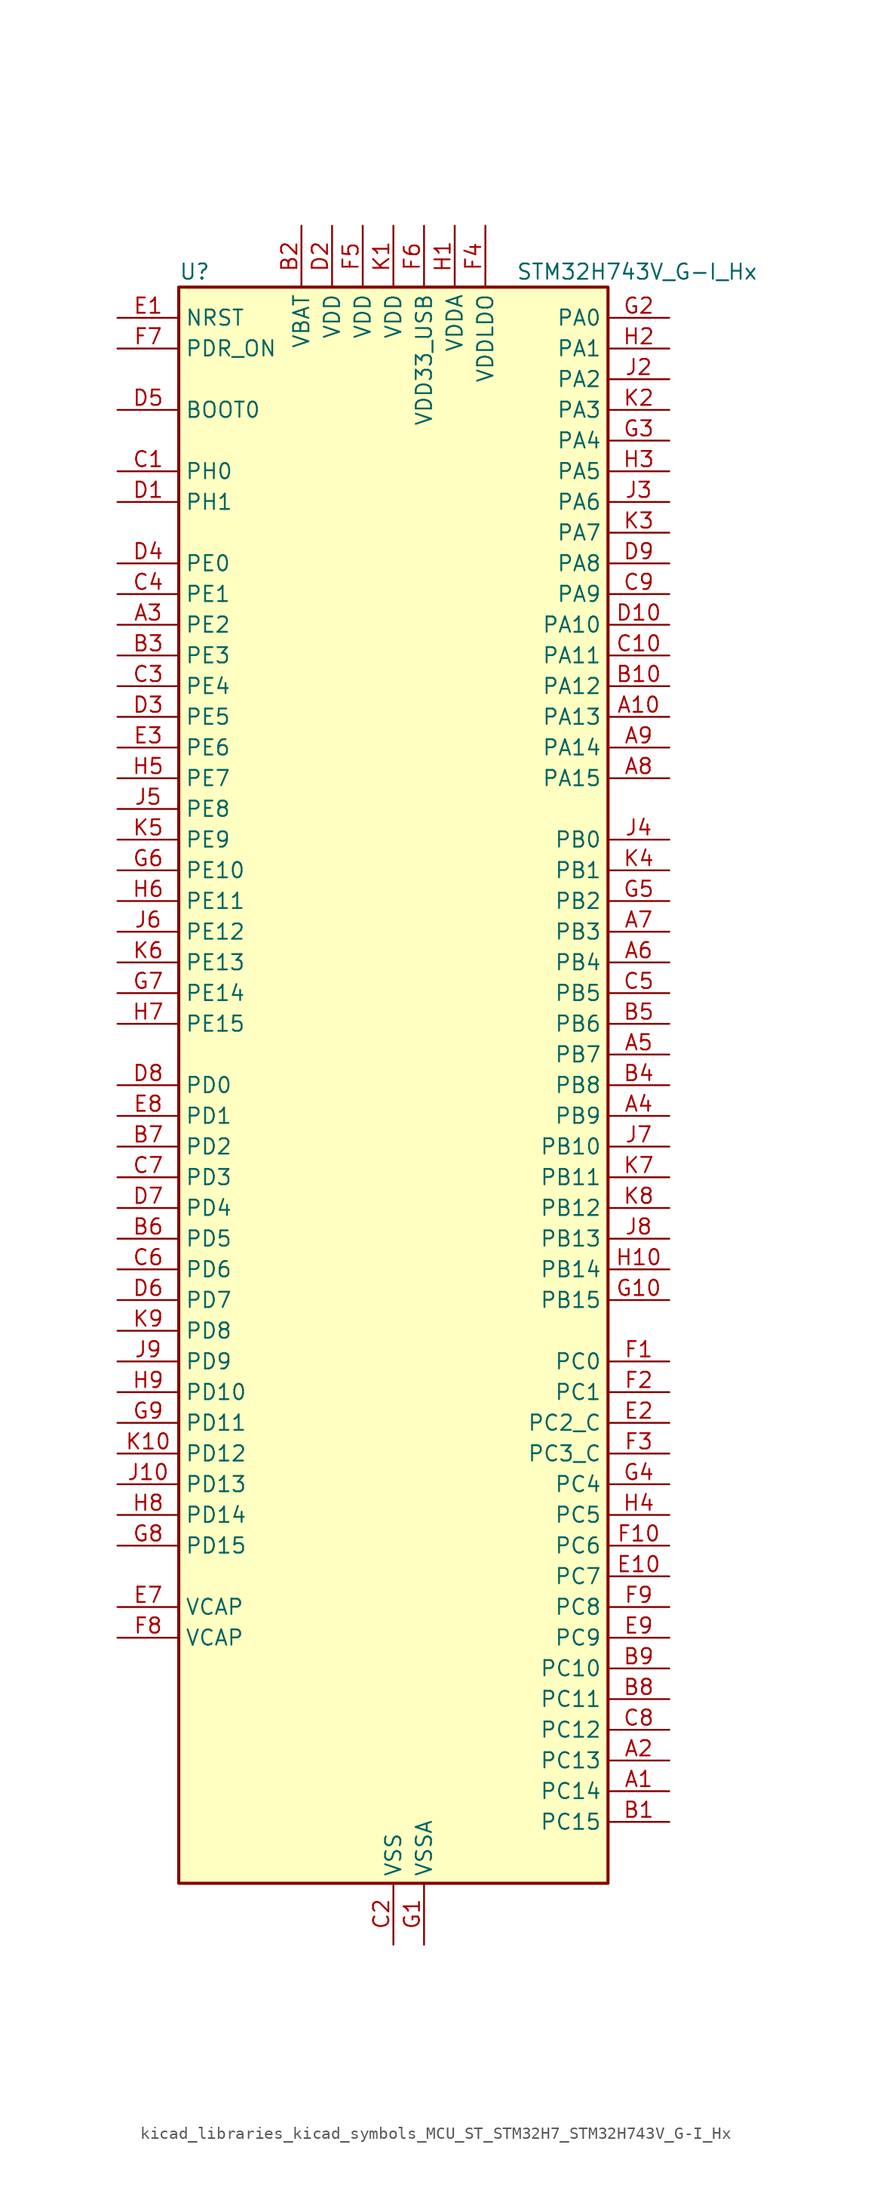
<source format=kicad_sym>
(kicad_symbol_lib
  (version 20220914)
  (generator kicad_symbol_editor)
  (symbol "kicad_libraries_kicad_symbols_MCU_ST_STM32H7_STM32H743V_G-I_Hx"
    (property "Reference" "U"
      (at -17.78 67.31 0)
      (effects (font (size 1.27 1.27)) (justify left)))
    (property "Value" "STM32H743V_G-I_Hx"
      (at 10.16 67.31 0)
      (effects (font (size 1.27 1.27)) (justify left)))
    (property "ki_locked" ""
      (at 0 0 0)
      (effects (font (size 1.27 1.27))))
    (symbol "kicad_libraries_kicad_symbols_MCU_ST_STM32H7_STM32H743V_G-I_Hx_0_1"
      (rectangle (start -17.78 -66.04) (end 17.78 66.04) (stroke (width 0.254) (type default)) (fill (type background))))
    (symbol "kicad_libraries_kicad_symbols_MCU_ST_STM32H7_STM32H743V_G-I_Hx_1_1"
      (pin bidirectional line (at 22.86 -58.42 180) (length 5.08) (name "PC14" (effects (font (size 1.27 1.27)))) (number "A1" (effects (font (size 1.27 1.27)))) (alternate "RCC_OSC32_IN" bidirectional line))
      (pin bidirectional line (at 22.86 30.48 180) (length 5.08) (name "PA13" (effects (font (size 1.27 1.27)))) (number "A10" (effects (font (size 1.27 1.27)))) (alternate "DEBUG_JTMS-SWDIO" bidirectional line))
      (pin bidirectional line (at 22.86 -55.88 180) (length 5.08) (name "PC13" (effects (font (size 1.27 1.27)))) (number "A2" (effects (font (size 1.27 1.27)))) (alternate "PWR_WKUP2" bidirectional line) (alternate "RTC_OUT_ALARM" bidirectional line) (alternate "RTC_OUT_CALIB" bidirectional line) (alternate "RTC_TAMP1" bidirectional line) (alternate "RTC_TS" bidirectional line))
      (pin bidirectional line (at -22.86 38.1 0) (length 5.08) (name "PE2" (effects (font (size 1.27 1.27)))) (number "A3" (effects (font (size 1.27 1.27)))) (alternate "DEBUG_TRACECLK" bidirectional line) (alternate "ETH_TXD3" bidirectional line) (alternate "FMC_A23" bidirectional line) (alternate "QUADSPI_BK1_IO2" bidirectional line) (alternate "SAI1_CK1" bidirectional line) (alternate "SAI1_MCLK_A" bidirectional line) (alternate "SAI4_CK1" bidirectional line) (alternate "SAI4_MCLK_A" bidirectional line) (alternate "SPI4_SCK" bidirectional line))
      (pin bidirectional line (at 22.86 -2.54 180) (length 5.08) (name "PB9" (effects (font (size 1.27 1.27)))) (number "A4" (effects (font (size 1.27 1.27)))) (alternate "DAC1_EXTI9" bidirectional line) (alternate "DCMI_D7" bidirectional line) (alternate "DFSDM1_DATIN7" bidirectional line) (alternate "FDCAN1_TX" bidirectional line) (alternate "I2C1_SDA" bidirectional line) (alternate "I2C4_SDA" bidirectional line) (alternate "I2C4_SMBA" bidirectional line) (alternate "I2S2_WS" bidirectional line) (alternate "LTDC_B7" bidirectional line) (alternate "SDMMC1_CDIR" bidirectional line) (alternate "SDMMC1_D5" bidirectional line) (alternate "SDMMC2_D5" bidirectional line) (alternate "SPI2_NSS" bidirectional line) (alternate "TIM17_CH1" bidirectional line) (alternate "TIM4_CH4" bidirectional line) (alternate "UART4_TX" bidirectional line))
      (pin bidirectional line (at 22.86 2.54 180) (length 5.08) (name "PB7" (effects (font (size 1.27 1.27)))) (number "A5" (effects (font (size 1.27 1.27)))) (alternate "DCMI_VSYNC" bidirectional line) (alternate "DFSDM1_CKIN5" bidirectional line) (alternate "FMC_NL" bidirectional line) (alternate "HRTIM_EEV9" bidirectional line) (alternate "I2C1_SDA" bidirectional line) (alternate "I2C4_SDA" bidirectional line) (alternate "LPUART1_RX" bidirectional line) (alternate "PWR_PVD_IN" bidirectional line) (alternate "TIM17_CH1N" bidirectional line) (alternate "TIM4_CH2" bidirectional line) (alternate "USART1_RX" bidirectional line))
      (pin bidirectional line (at 22.86 10.16 180) (length 5.08) (name "PB4" (effects (font (size 1.27 1.27)))) (number "A6" (effects (font (size 1.27 1.27)))) (alternate "DEBUG_JTRST" bidirectional line) (alternate "HRTIM_EEV6" bidirectional line) (alternate "I2S1_SDI" bidirectional line) (alternate "I2S2_WS" bidirectional line) (alternate "I2S3_SDI" bidirectional line) (alternate "SDMMC2_D3" bidirectional line) (alternate "SPI1_MISO" bidirectional line) (alternate "SPI2_NSS" bidirectional line) (alternate "SPI3_MISO" bidirectional line) (alternate "SPI6_MISO" bidirectional line) (alternate "TIM16_BKIN" bidirectional line) (alternate "TIM3_CH1" bidirectional line) (alternate "UART7_TX" bidirectional line))
      (pin bidirectional line (at 22.86 12.7 180) (length 5.08) (name "PB3" (effects (font (size 1.27 1.27)))) (number "A7" (effects (font (size 1.27 1.27)))) (alternate "CRS_SYNC" bidirectional line) (alternate "DEBUG_JTDO-SWO" bidirectional line) (alternate "HRTIM_FLT4" bidirectional line) (alternate "I2S1_CK" bidirectional line) (alternate "I2S3_CK" bidirectional line) (alternate "SDMMC2_D2" bidirectional line) (alternate "SPI1_SCK" bidirectional line) (alternate "SPI3_SCK" bidirectional line) (alternate "SPI6_SCK" bidirectional line) (alternate "TIM2_CH2" bidirectional line) (alternate "UART7_RX" bidirectional line))
      (pin bidirectional line (at 22.86 25.4 180) (length 5.08) (name "PA15" (effects (font (size 1.27 1.27)))) (number "A8" (effects (font (size 1.27 1.27)))) (alternate "ADC1_EXTI15" bidirectional line) (alternate "ADC2_EXTI15" bidirectional line) (alternate "ADC3_EXTI15" bidirectional line) (alternate "CEC" bidirectional line) (alternate "DEBUG_JTDI" bidirectional line) (alternate "HRTIM_FLT1" bidirectional line) (alternate "I2S1_WS" bidirectional line) (alternate "I2S3_WS" bidirectional line) (alternate "SPI1_NSS" bidirectional line) (alternate "SPI3_NSS" bidirectional line) (alternate "SPI6_NSS" bidirectional line) (alternate "TIM2_CH1" bidirectional line) (alternate "TIM2_ETR" bidirectional line) (alternate "UART4_DE" bidirectional line) (alternate "UART4_RTS" bidirectional line) (alternate "UART7_TX" bidirectional line))
      (pin bidirectional line (at 22.86 27.94 180) (length 5.08) (name "PA14" (effects (font (size 1.27 1.27)))) (number "A9" (effects (font (size 1.27 1.27)))) (alternate "DEBUG_JTCK-SWCLK" bidirectional line))
      (pin bidirectional line (at 22.86 -60.96 180) (length 5.08) (name "PC15" (effects (font (size 1.27 1.27)))) (number "B1" (effects (font (size 1.27 1.27)))) (alternate "ADC1_EXTI15" bidirectional line) (alternate "ADC2_EXTI15" bidirectional line) (alternate "ADC3_EXTI15" bidirectional line) (alternate "RCC_OSC32_OUT" bidirectional line))
      (pin bidirectional line (at 22.86 33.02 180) (length 5.08) (name "PA12" (effects (font (size 1.27 1.27)))) (number "B10" (effects (font (size 1.27 1.27)))) (alternate "FDCAN1_TX" bidirectional line) (alternate "HRTIM_CHD2" bidirectional line) (alternate "I2S2_CK" bidirectional line) (alternate "LPUART1_DE" bidirectional line) (alternate "LPUART1_RTS" bidirectional line) (alternate "LTDC_R5" bidirectional line) (alternate "SAI2_FS_B" bidirectional line) (alternate "SPI2_SCK" bidirectional line) (alternate "TIM1_ETR" bidirectional line) (alternate "UART4_TX" bidirectional line) (alternate "USART1_DE" bidirectional line) (alternate "USART1_RTS" bidirectional line) (alternate "USB_OTG_FS_DP" bidirectional line))
      (pin power_in line (at -7.62 71.12 270) (length 5.08) (name "VBAT" (effects (font (size 1.27 1.27)))) (number "B2" (effects (font (size 1.27 1.27)))))
      (pin bidirectional line (at -22.86 35.56 0) (length 5.08) (name "PE3" (effects (font (size 1.27 1.27)))) (number "B3" (effects (font (size 1.27 1.27)))) (alternate "DEBUG_TRACED0" bidirectional line) (alternate "FMC_A19" bidirectional line) (alternate "SAI1_SD_B" bidirectional line) (alternate "SAI4_SD_B" bidirectional line) (alternate "TIM15_BKIN" bidirectional line))
      (pin bidirectional line (at 22.86 0 180) (length 5.08) (name "PB8" (effects (font (size 1.27 1.27)))) (number "B4" (effects (font (size 1.27 1.27)))) (alternate "DCMI_D6" bidirectional line) (alternate "DFSDM1_CKIN7" bidirectional line) (alternate "ETH_TXD3" bidirectional line) (alternate "FDCAN1_RX" bidirectional line) (alternate "I2C1_SCL" bidirectional line) (alternate "I2C4_SCL" bidirectional line) (alternate "LTDC_B6" bidirectional line) (alternate "SDMMC1_CKIN" bidirectional line) (alternate "SDMMC1_D4" bidirectional line) (alternate "SDMMC2_D4" bidirectional line) (alternate "TIM16_CH1" bidirectional line) (alternate "TIM4_CH3" bidirectional line) (alternate "UART4_RX" bidirectional line))
      (pin bidirectional line (at 22.86 5.08 180) (length 5.08) (name "PB6" (effects (font (size 1.27 1.27)))) (number "B5" (effects (font (size 1.27 1.27)))) (alternate "CEC" bidirectional line) (alternate "DCMI_D5" bidirectional line) (alternate "DFSDM1_DATIN5" bidirectional line) (alternate "FDCAN2_TX" bidirectional line) (alternate "FMC_SDNE1" bidirectional line) (alternate "HRTIM_EEV8" bidirectional line) (alternate "I2C1_SCL" bidirectional line) (alternate "I2C4_SCL" bidirectional line) (alternate "LPUART1_TX" bidirectional line) (alternate "QUADSPI_BK1_NCS" bidirectional line) (alternate "TIM16_CH1N" bidirectional line) (alternate "TIM4_CH1" bidirectional line) (alternate "UART5_TX" bidirectional line) (alternate "USART1_TX" bidirectional line))
      (pin bidirectional line (at -22.86 -12.7 0) (length 5.08) (name "PD5" (effects (font (size 1.27 1.27)))) (number "B6" (effects (font (size 1.27 1.27)))) (alternate "FMC_NWE" bidirectional line) (alternate "HRTIM_EEV3" bidirectional line) (alternate "USART2_TX" bidirectional line))
      (pin bidirectional line (at -22.86 -5.08 0) (length 5.08) (name "PD2" (effects (font (size 1.27 1.27)))) (number "B7" (effects (font (size 1.27 1.27)))) (alternate "DCMI_D11" bidirectional line) (alternate "DEBUG_TRACED2" bidirectional line) (alternate "SDMMC1_CMD" bidirectional line) (alternate "TIM3_ETR" bidirectional line) (alternate "UART5_RX" bidirectional line))
      (pin bidirectional line (at 22.86 -50.8 180) (length 5.08) (name "PC11" (effects (font (size 1.27 1.27)))) (number "B8" (effects (font (size 1.27 1.27)))) (alternate "ADC1_EXTI11" bidirectional line) (alternate "ADC2_EXTI11" bidirectional line) (alternate "ADC3_EXTI11" bidirectional line) (alternate "DCMI_D4" bidirectional line) (alternate "DFSDM1_DATIN5" bidirectional line) (alternate "HRTIM_FLT2" bidirectional line) (alternate "I2S3_SDI" bidirectional line) (alternate "QUADSPI_BK2_NCS" bidirectional line) (alternate "SDMMC1_D3" bidirectional line) (alternate "SPI3_MISO" bidirectional line) (alternate "UART4_RX" bidirectional line) (alternate "USART3_RX" bidirectional line))
      (pin bidirectional line (at 22.86 -48.26 180) (length 5.08) (name "PC10" (effects (font (size 1.27 1.27)))) (number "B9" (effects (font (size 1.27 1.27)))) (alternate "DCMI_D8" bidirectional line) (alternate "DFSDM1_CKIN5" bidirectional line) (alternate "HRTIM_EEV1" bidirectional line) (alternate "I2S3_CK" bidirectional line) (alternate "LTDC_R2" bidirectional line) (alternate "QUADSPI_BK1_IO1" bidirectional line) (alternate "SDMMC1_D2" bidirectional line) (alternate "SPI3_SCK" bidirectional line) (alternate "UART4_TX" bidirectional line) (alternate "USART3_TX" bidirectional line))
      (pin bidirectional line (at -22.86 50.8 0) (length 5.08) (name "PH0" (effects (font (size 1.27 1.27)))) (number "C1" (effects (font (size 1.27 1.27)))) (alternate "RCC_OSC_IN" bidirectional line))
      (pin bidirectional line (at 22.86 35.56 180) (length 5.08) (name "PA11" (effects (font (size 1.27 1.27)))) (number "C10" (effects (font (size 1.27 1.27)))) (alternate "ADC1_EXTI11" bidirectional line) (alternate "ADC2_EXTI11" bidirectional line) (alternate "ADC3_EXTI11" bidirectional line) (alternate "FDCAN1_RX" bidirectional line) (alternate "HRTIM_CHD1" bidirectional line) (alternate "I2S2_WS" bidirectional line) (alternate "LPUART1_CTS" bidirectional line) (alternate "LTDC_R4" bidirectional line) (alternate "SPI2_NSS" bidirectional line) (alternate "TIM1_CH4" bidirectional line) (alternate "UART4_RX" bidirectional line) (alternate "USART1_CTS" bidirectional line) (alternate "USART1_NSS" bidirectional line) (alternate "USB_OTG_FS_DM" bidirectional line))
      (pin power_in line (at 0 -71.12 90) (length 5.08) (name "VSS" (effects (font (size 1.27 1.27)))) (number "C2" (effects (font (size 1.27 1.27)))))
      (pin bidirectional line (at -22.86 33.02 0) (length 5.08) (name "PE4" (effects (font (size 1.27 1.27)))) (number "C3" (effects (font (size 1.27 1.27)))) (alternate "DCMI_D4" bidirectional line) (alternate "DEBUG_TRACED1" bidirectional line) (alternate "DFSDM1_DATIN3" bidirectional line) (alternate "FMC_A20" bidirectional line) (alternate "LTDC_B0" bidirectional line) (alternate "SAI1_D2" bidirectional line) (alternate "SAI1_FS_A" bidirectional line) (alternate "SAI4_D2" bidirectional line) (alternate "SAI4_FS_A" bidirectional line) (alternate "SPI4_NSS" bidirectional line) (alternate "TIM15_CH1N" bidirectional line))
      (pin bidirectional line (at -22.86 40.64 0) (length 5.08) (name "PE1" (effects (font (size 1.27 1.27)))) (number "C4" (effects (font (size 1.27 1.27)))) (alternate "DCMI_D3" bidirectional line) (alternate "FMC_NBL1" bidirectional line) (alternate "HRTIM_SCOUT" bidirectional line) (alternate "LPTIM1_IN2" bidirectional line) (alternate "UART8_TX" bidirectional line))
      (pin bidirectional line (at 22.86 7.62 180) (length 5.08) (name "PB5" (effects (font (size 1.27 1.27)))) (number "C5" (effects (font (size 1.27 1.27)))) (alternate "DCMI_D10" bidirectional line) (alternate "ETH_PPS_OUT" bidirectional line) (alternate "FDCAN2_RX" bidirectional line) (alternate "FMC_SDCKE1" bidirectional line) (alternate "HRTIM_EEV7" bidirectional line) (alternate "I2C1_SMBA" bidirectional line) (alternate "I2C4_SMBA" bidirectional line) (alternate "I2S1_SDO" bidirectional line) (alternate "I2S3_SDO" bidirectional line) (alternate "SPI1_MOSI" bidirectional line) (alternate "SPI3_MOSI" bidirectional line) (alternate "SPI6_MOSI" bidirectional line) (alternate "TIM17_BKIN" bidirectional line) (alternate "TIM3_CH2" bidirectional line) (alternate "UART5_RX" bidirectional line) (alternate "USB_OTG_HS_ULPI_D7" bidirectional line))
      (pin bidirectional line (at -22.86 -15.24 0) (length 5.08) (name "PD6" (effects (font (size 1.27 1.27)))) (number "C6" (effects (font (size 1.27 1.27)))) (alternate "DCMI_D10" bidirectional line) (alternate "DFSDM1_CKIN4" bidirectional line) (alternate "DFSDM1_DATIN1" bidirectional line) (alternate "FMC_NWAIT" bidirectional line) (alternate "I2S3_SDO" bidirectional line) (alternate "LTDC_B2" bidirectional line) (alternate "SAI1_D1" bidirectional line) (alternate "SAI1_SD_A" bidirectional line) (alternate "SAI4_D1" bidirectional line) (alternate "SAI4_SD_A" bidirectional line) (alternate "SDMMC2_CK" bidirectional line) (alternate "SPI3_MOSI" bidirectional line) (alternate "USART2_RX" bidirectional line))
      (pin bidirectional line (at -22.86 -7.62 0) (length 5.08) (name "PD3" (effects (font (size 1.27 1.27)))) (number "C7" (effects (font (size 1.27 1.27)))) (alternate "DCMI_D5" bidirectional line) (alternate "DFSDM1_CKOUT" bidirectional line) (alternate "FMC_CLK" bidirectional line) (alternate "I2S2_CK" bidirectional line) (alternate "LTDC_G7" bidirectional line) (alternate "SPI2_SCK" bidirectional line) (alternate "USART2_CTS" bidirectional line) (alternate "USART2_NSS" bidirectional line))
      (pin bidirectional line (at 22.86 -53.34 180) (length 5.08) (name "PC12" (effects (font (size 1.27 1.27)))) (number "C8" (effects (font (size 1.27 1.27)))) (alternate "DCMI_D9" bidirectional line) (alternate "DEBUG_TRACED3" bidirectional line) (alternate "HRTIM_EEV2" bidirectional line) (alternate "I2S3_SDO" bidirectional line) (alternate "SDMMC1_CK" bidirectional line) (alternate "SPI3_MOSI" bidirectional line) (alternate "UART5_TX" bidirectional line) (alternate "USART3_CK" bidirectional line))
      (pin bidirectional line (at 22.86 40.64 180) (length 5.08) (name "PA9" (effects (font (size 1.27 1.27)))) (number "C9" (effects (font (size 1.27 1.27)))) (alternate "DAC1_EXTI9" bidirectional line) (alternate "DCMI_D0" bidirectional line) (alternate "HRTIM_CHC1" bidirectional line) (alternate "I2C3_SMBA" bidirectional line) (alternate "I2S2_CK" bidirectional line) (alternate "LPUART1_TX" bidirectional line) (alternate "LTDC_R5" bidirectional line) (alternate "SPI2_SCK" bidirectional line) (alternate "TIM1_CH2" bidirectional line) (alternate "USART1_TX" bidirectional line) (alternate "USB_OTG_FS_VBUS" bidirectional line))
      (pin bidirectional line (at -22.86 48.26 0) (length 5.08) (name "PH1" (effects (font (size 1.27 1.27)))) (number "D1" (effects (font (size 1.27 1.27)))) (alternate "RCC_OSC_OUT" bidirectional line))
      (pin bidirectional line (at 22.86 38.1 180) (length 5.08) (name "PA10" (effects (font (size 1.27 1.27)))) (number "D10" (effects (font (size 1.27 1.27)))) (alternate "DCMI_D1" bidirectional line) (alternate "HRTIM_CHC2" bidirectional line) (alternate "LPUART1_RX" bidirectional line) (alternate "LTDC_B1" bidirectional line) (alternate "LTDC_B4" bidirectional line) (alternate "MDIOS_MDIO" bidirectional line) (alternate "TIM1_CH3" bidirectional line) (alternate "USART1_RX" bidirectional line) (alternate "USB_OTG_FS_ID" bidirectional line))
      (pin power_in line (at -5.08 71.12 270) (length 5.08) (name "VDD" (effects (font (size 1.27 1.27)))) (number "D2" (effects (font (size 1.27 1.27)))))
      (pin bidirectional line (at -22.86 30.48 0) (length 5.08) (name "PE5" (effects (font (size 1.27 1.27)))) (number "D3" (effects (font (size 1.27 1.27)))) (alternate "DCMI_D6" bidirectional line) (alternate "DEBUG_TRACED2" bidirectional line) (alternate "DFSDM1_CKIN3" bidirectional line) (alternate "FMC_A21" bidirectional line) (alternate "LTDC_G0" bidirectional line) (alternate "SAI1_CK2" bidirectional line) (alternate "SAI1_SCK_A" bidirectional line) (alternate "SAI4_CK2" bidirectional line) (alternate "SAI4_SCK_A" bidirectional line) (alternate "SPI4_MISO" bidirectional line) (alternate "TIM15_CH1" bidirectional line))
      (pin bidirectional line (at -22.86 43.18 0) (length 5.08) (name "PE0" (effects (font (size 1.27 1.27)))) (number "D4" (effects (font (size 1.27 1.27)))) (alternate "DCMI_D2" bidirectional line) (alternate "FMC_NBL0" bidirectional line) (alternate "HRTIM_SCIN" bidirectional line) (alternate "LPTIM1_ETR" bidirectional line) (alternate "LPTIM2_ETR" bidirectional line) (alternate "SAI2_MCLK_A" bidirectional line) (alternate "TIM4_ETR" bidirectional line) (alternate "UART8_RX" bidirectional line))
      (pin input line (at -22.86 55.88 0) (length 5.08) (name "BOOT0" (effects (font (size 1.27 1.27)))) (number "D5" (effects (font (size 1.27 1.27)))))
      (pin bidirectional line (at -22.86 -17.78 0) (length 5.08) (name "PD7" (effects (font (size 1.27 1.27)))) (number "D6" (effects (font (size 1.27 1.27)))) (alternate "DFSDM1_CKIN1" bidirectional line) (alternate "DFSDM1_DATIN4" bidirectional line) (alternate "FMC_NE1" bidirectional line) (alternate "I2S1_SDO" bidirectional line) (alternate "SDMMC2_CMD" bidirectional line) (alternate "SPDIFRX1_IN0" bidirectional line) (alternate "SPI1_MOSI" bidirectional line) (alternate "USART2_CK" bidirectional line))
      (pin bidirectional line (at -22.86 -10.16 0) (length 5.08) (name "PD4" (effects (font (size 1.27 1.27)))) (number "D7" (effects (font (size 1.27 1.27)))) (alternate "FMC_NOE" bidirectional line) (alternate "HRTIM_FLT3" bidirectional line) (alternate "SAI3_FS_A" bidirectional line) (alternate "USART2_DE" bidirectional line) (alternate "USART2_RTS" bidirectional line))
      (pin bidirectional line (at -22.86 0 0) (length 5.08) (name "PD0" (effects (font (size 1.27 1.27)))) (number "D8" (effects (font (size 1.27 1.27)))) (alternate "DFSDM1_CKIN6" bidirectional line) (alternate "FDCAN1_RX" bidirectional line) (alternate "FMC_D2" bidirectional line) (alternate "FMC_DA2" bidirectional line) (alternate "SAI3_SCK_A" bidirectional line) (alternate "UART4_RX" bidirectional line))
      (pin bidirectional line (at 22.86 43.18 180) (length 5.08) (name "PA8" (effects (font (size 1.27 1.27)))) (number "D9" (effects (font (size 1.27 1.27)))) (alternate "HRTIM_CHB2" bidirectional line) (alternate "I2C3_SCL" bidirectional line) (alternate "LTDC_B3" bidirectional line) (alternate "LTDC_R6" bidirectional line) (alternate "RCC_MCO_1" bidirectional line) (alternate "TIM1_CH1" bidirectional line) (alternate "TIM8_BKIN2" bidirectional line) (alternate "TIM8_BKIN2_COMP1" bidirectional line) (alternate "TIM8_BKIN2_COMP2" bidirectional line) (alternate "UART7_RX" bidirectional line) (alternate "USART1_CK" bidirectional line) (alternate "USB_OTG_FS_SOF" bidirectional line))
      (pin input line (at -22.86 63.5 0) (length 5.08) (name "NRST" (effects (font (size 1.27 1.27)))) (number "E1" (effects (font (size 1.27 1.27)))))
      (pin bidirectional line (at 22.86 -40.64 180) (length 5.08) (name "PC7" (effects (font (size 1.27 1.27)))) (number "E10" (effects (font (size 1.27 1.27)))) (alternate "DCMI_D1" bidirectional line) (alternate "DEBUG_TRGIO" bidirectional line) (alternate "DFSDM1_DATIN3" bidirectional line) (alternate "FMC_NE1" bidirectional line) (alternate "HRTIM_CHA2" bidirectional line) (alternate "I2S3_MCK" bidirectional line) (alternate "LTDC_G6" bidirectional line) (alternate "SDMMC1_D123DIR" bidirectional line) (alternate "SDMMC1_D7" bidirectional line) (alternate "SDMMC2_D7" bidirectional line) (alternate "SWPMI1_TX" bidirectional line) (alternate "TIM3_CH2" bidirectional line) (alternate "TIM8_CH2" bidirectional line) (alternate "USART6_RX" bidirectional line))
      (pin bidirectional line (at 22.86 -27.94 180) (length 5.08) (name "PC2_C" (effects (font (size 1.27 1.27)))) (number "E2" (effects (font (size 1.27 1.27)))) (alternate "ADC3_INN1" bidirectional line) (alternate "ADC3_INP0" bidirectional line) (alternate "DFSDM1_CKIN1" bidirectional line) (alternate "DFSDM1_CKOUT" bidirectional line) (alternate "ETH_TXD2" bidirectional line) (alternate "FMC_SDNE0" bidirectional line) (alternate "I2S2_SDI" bidirectional line) (alternate "PWR_CSTOP" bidirectional line) (alternate "SPI2_MISO" bidirectional line) (alternate "USB_OTG_HS_ULPI_DIR" bidirectional line))
      (pin bidirectional line (at -22.86 27.94 0) (length 5.08) (name "PE6" (effects (font (size 1.27 1.27)))) (number "E3" (effects (font (size 1.27 1.27)))) (alternate "DCMI_D7" bidirectional line) (alternate "DEBUG_TRACED3" bidirectional line) (alternate "FMC_A22" bidirectional line) (alternate "LTDC_G1" bidirectional line) (alternate "SAI1_D1" bidirectional line) (alternate "SAI1_SD_A" bidirectional line) (alternate "SAI2_MCLK_B" bidirectional line) (alternate "SAI4_D1" bidirectional line) (alternate "SAI4_SD_A" bidirectional line) (alternate "SPI4_MOSI" bidirectional line) (alternate "TIM15_CH2" bidirectional line) (alternate "TIM1_BKIN2" bidirectional line) (alternate "TIM1_BKIN2_COMP1" bidirectional line) (alternate "TIM1_BKIN2_COMP2" bidirectional line))
      (pin passive line (at 0 -71.12 90) (length 5.08) hide (name "VSS" (effects (font (size 1.27 1.27)))) (number "E4" (effects (font (size 1.27 1.27)))))
      (pin passive line (at 0 -71.12 90) (length 5.08) hide (name "VSS" (effects (font (size 1.27 1.27)))) (number "E5" (effects (font (size 1.27 1.27)))))
      (pin passive line (at 0 -71.12 90) (length 5.08) hide (name "VSS" (effects (font (size 1.27 1.27)))) (number "E6" (effects (font (size 1.27 1.27)))))
      (pin power_out line (at -22.86 -43.18 0) (length 5.08) (name "VCAP" (effects (font (size 1.27 1.27)))) (number "E7" (effects (font (size 1.27 1.27)))))
      (pin bidirectional line (at -22.86 -2.54 0) (length 5.08) (name "PD1" (effects (font (size 1.27 1.27)))) (number "E8" (effects (font (size 1.27 1.27)))) (alternate "DFSDM1_DATIN6" bidirectional line) (alternate "FDCAN1_TX" bidirectional line) (alternate "FMC_D3" bidirectional line) (alternate "FMC_DA3" bidirectional line) (alternate "SAI3_SD_A" bidirectional line) (alternate "UART4_TX" bidirectional line))
      (pin bidirectional line (at 22.86 -45.72 180) (length 5.08) (name "PC9" (effects (font (size 1.27 1.27)))) (number "E9" (effects (font (size 1.27 1.27)))) (alternate "DAC1_EXTI9" bidirectional line) (alternate "DCMI_D3" bidirectional line) (alternate "I2C3_SDA" bidirectional line) (alternate "I2S_CKIN" bidirectional line) (alternate "LTDC_B2" bidirectional line) (alternate "LTDC_G3" bidirectional line) (alternate "QUADSPI_BK1_IO0" bidirectional line) (alternate "RCC_MCO_2" bidirectional line) (alternate "SDMMC1_D1" bidirectional line) (alternate "SWPMI1_SUSPEND" bidirectional line) (alternate "TIM3_CH4" bidirectional line) (alternate "TIM8_CH4" bidirectional line) (alternate "UART5_CTS" bidirectional line))
      (pin bidirectional line (at 22.86 -22.86 180) (length 5.08) (name "PC0" (effects (font (size 1.27 1.27)))) (number "F1" (effects (font (size 1.27 1.27)))) (alternate "ADC1_INP10" bidirectional line) (alternate "ADC2_INP10" bidirectional line) (alternate "ADC3_INP10" bidirectional line) (alternate "DFSDM1_CKIN0" bidirectional line) (alternate "DFSDM1_DATIN4" bidirectional line) (alternate "FMC_SDNWE" bidirectional line) (alternate "LTDC_R5" bidirectional line) (alternate "SAI2_FS_B" bidirectional line) (alternate "USB_OTG_HS_ULPI_STP" bidirectional line))
      (pin bidirectional line (at 22.86 -38.1 180) (length 5.08) (name "PC6" (effects (font (size 1.27 1.27)))) (number "F10" (effects (font (size 1.27 1.27)))) (alternate "DCMI_D0" bidirectional line) (alternate "DFSDM1_CKIN3" bidirectional line) (alternate "FMC_NWAIT" bidirectional line) (alternate "HRTIM_CHA1" bidirectional line) (alternate "I2S2_MCK" bidirectional line) (alternate "LTDC_HSYNC" bidirectional line) (alternate "SDMMC1_D0DIR" bidirectional line) (alternate "SDMMC1_D6" bidirectional line) (alternate "SDMMC2_D6" bidirectional line) (alternate "SWPMI1_IO" bidirectional line) (alternate "TIM3_CH1" bidirectional line) (alternate "TIM8_CH1" bidirectional line) (alternate "USART6_TX" bidirectional line))
      (pin bidirectional line (at 22.86 -25.4 180) (length 5.08) (name "PC1" (effects (font (size 1.27 1.27)))) (number "F2" (effects (font (size 1.27 1.27)))) (alternate "ADC1_INN10" bidirectional line) (alternate "ADC1_INP11" bidirectional line) (alternate "ADC2_INN10" bidirectional line) (alternate "ADC2_INP11" bidirectional line) (alternate "ADC3_INN10" bidirectional line) (alternate "ADC3_INP11" bidirectional line) (alternate "DEBUG_TRACED0" bidirectional line) (alternate "DFSDM1_CKIN4" bidirectional line) (alternate "DFSDM1_DATIN0" bidirectional line) (alternate "ETH_MDC" bidirectional line) (alternate "I2S2_SDO" bidirectional line) (alternate "MDIOS_MDC" bidirectional line) (alternate "PWR_WKUP5" bidirectional line) (alternate "RTC_TAMP3" bidirectional line) (alternate "SAI1_D1" bidirectional line) (alternate "SAI1_SD_A" bidirectional line) (alternate "SAI4_D1" bidirectional line) (alternate "SAI4_SD_A" bidirectional line) (alternate "SDMMC2_CK" bidirectional line) (alternate "SPI2_MOSI" bidirectional line))
      (pin bidirectional line (at 22.86 -30.48 180) (length 5.08) (name "PC3_C" (effects (font (size 1.27 1.27)))) (number "F3" (effects (font (size 1.27 1.27)))) (alternate "ADC3_INP1" bidirectional line) (alternate "DFSDM1_DATIN1" bidirectional line) (alternate "ETH_TX_CLK" bidirectional line) (alternate "FMC_SDCKE0" bidirectional line) (alternate "I2S2_SDO" bidirectional line) (alternate "PWR_CSLEEP" bidirectional line) (alternate "SPI2_MOSI" bidirectional line) (alternate "USB_OTG_HS_ULPI_NXT" bidirectional line))
      (pin power_in line (at 7.62 71.12 270) (length 5.08) (name "VDDLDO" (effects (font (size 1.27 1.27)))) (number "F4" (effects (font (size 1.27 1.27)))))
      (pin power_in line (at -2.54 71.12 270) (length 5.08) (name "VDD" (effects (font (size 1.27 1.27)))) (number "F5" (effects (font (size 1.27 1.27)))))
      (pin power_in line (at 2.54 71.12 270) (length 5.08) (name "VDD33_USB" (effects (font (size 1.27 1.27)))) (number "F6" (effects (font (size 1.27 1.27)))))
      (pin input line (at -22.86 60.96 0) (length 5.08) (name "PDR_ON" (effects (font (size 1.27 1.27)))) (number "F7" (effects (font (size 1.27 1.27)))))
      (pin power_out line (at -22.86 -45.72 0) (length 5.08) (name "VCAP" (effects (font (size 1.27 1.27)))) (number "F8" (effects (font (size 1.27 1.27)))))
      (pin bidirectional line (at 22.86 -43.18 180) (length 5.08) (name "PC8" (effects (font (size 1.27 1.27)))) (number "F9" (effects (font (size 1.27 1.27)))) (alternate "DCMI_D2" bidirectional line) (alternate "DEBUG_TRACED1" bidirectional line) (alternate "FMC_NCE" bidirectional line) (alternate "FMC_NE2" bidirectional line) (alternate "HRTIM_CHB1" bidirectional line) (alternate "SDMMC1_D0" bidirectional line) (alternate "SWPMI1_RX" bidirectional line) (alternate "TIM3_CH3" bidirectional line) (alternate "TIM8_CH3" bidirectional line) (alternate "UART5_DE" bidirectional line) (alternate "UART5_RTS" bidirectional line) (alternate "USART6_CK" bidirectional line))
      (pin power_in line (at 2.54 -71.12 90) (length 5.08) (name "VSSA" (effects (font (size 1.27 1.27)))) (number "G1" (effects (font (size 1.27 1.27)))))
      (pin bidirectional line (at 22.86 -17.78 180) (length 5.08) (name "PB15" (effects (font (size 1.27 1.27)))) (number "G10" (effects (font (size 1.27 1.27)))) (alternate "ADC1_EXTI15" bidirectional line) (alternate "ADC2_EXTI15" bidirectional line) (alternate "ADC3_EXTI15" bidirectional line) (alternate "DFSDM1_CKIN2" bidirectional line) (alternate "I2S2_SDO" bidirectional line) (alternate "RTC_REFIN" bidirectional line) (alternate "SDMMC2_D1" bidirectional line) (alternate "SPI2_MOSI" bidirectional line) (alternate "TIM12_CH2" bidirectional line) (alternate "TIM1_CH3N" bidirectional line) (alternate "TIM8_CH3N" bidirectional line) (alternate "UART4_CTS" bidirectional line) (alternate "USART1_RX" bidirectional line) (alternate "USB_OTG_HS_DP" bidirectional line))
      (pin bidirectional line (at 22.86 63.5 180) (length 5.08) (name "PA0" (effects (font (size 1.27 1.27)))) (number "G2" (effects (font (size 1.27 1.27)))) (alternate "ADC1_INP16" bidirectional line) (alternate "ETH_CRS" bidirectional line) (alternate "PWR_WKUP0" bidirectional line) (alternate "SAI2_SD_B" bidirectional line) (alternate "SDMMC2_CMD" bidirectional line) (alternate "TIM15_BKIN" bidirectional line) (alternate "TIM2_CH1" bidirectional line) (alternate "TIM2_ETR" bidirectional line) (alternate "TIM5_CH1" bidirectional line) (alternate "TIM8_ETR" bidirectional line) (alternate "UART4_TX" bidirectional line) (alternate "USART2_CTS" bidirectional line) (alternate "USART2_NSS" bidirectional line))
      (pin bidirectional line (at 22.86 53.34 180) (length 5.08) (name "PA4" (effects (font (size 1.27 1.27)))) (number "G3" (effects (font (size 1.27 1.27)))) (alternate "ADC1_INP18" bidirectional line) (alternate "ADC2_INP18" bidirectional line) (alternate "DAC1_OUT1" bidirectional line) (alternate "DCMI_HSYNC" bidirectional line) (alternate "I2S1_WS" bidirectional line) (alternate "I2S3_WS" bidirectional line) (alternate "LTDC_VSYNC" bidirectional line) (alternate "SPI1_NSS" bidirectional line) (alternate "SPI3_NSS" bidirectional line) (alternate "SPI6_NSS" bidirectional line) (alternate "TIM5_ETR" bidirectional line) (alternate "USART2_CK" bidirectional line) (alternate "USB_OTG_HS_SOF" bidirectional line))
      (pin bidirectional line (at 22.86 -33.02 180) (length 5.08) (name "PC4" (effects (font (size 1.27 1.27)))) (number "G4" (effects (font (size 1.27 1.27)))) (alternate "ADC1_INP4" bidirectional line) (alternate "ADC2_INP4" bidirectional line) (alternate "COMP1_INM" bidirectional line) (alternate "DFSDM1_CKIN2" bidirectional line) (alternate "ETH_RXD0" bidirectional line) (alternate "FMC_SDNE0" bidirectional line) (alternate "I2S1_MCK" bidirectional line) (alternate "OPAMP1_VOUT" bidirectional line) (alternate "SPDIFRX1_IN2" bidirectional line))
      (pin bidirectional line (at 22.86 15.24 180) (length 5.08) (name "PB2" (effects (font (size 1.27 1.27)))) (number "G5" (effects (font (size 1.27 1.27)))) (alternate "COMP1_INP" bidirectional line) (alternate "DFSDM1_CKIN1" bidirectional line) (alternate "I2S3_SDO" bidirectional line) (alternate "QUADSPI_CLK" bidirectional line) (alternate "RTC_OUT_ALARM" bidirectional line) (alternate "RTC_OUT_CALIB" bidirectional line) (alternate "SAI1_D1" bidirectional line) (alternate "SAI1_SD_A" bidirectional line) (alternate "SAI4_D1" bidirectional line) (alternate "SAI4_SD_A" bidirectional line) (alternate "SPI3_MOSI" bidirectional line))
      (pin bidirectional line (at -22.86 17.78 0) (length 5.08) (name "PE10" (effects (font (size 1.27 1.27)))) (number "G6" (effects (font (size 1.27 1.27)))) (alternate "COMP2_INM" bidirectional line) (alternate "DFSDM1_DATIN4" bidirectional line) (alternate "FMC_D7" bidirectional line) (alternate "FMC_DA7" bidirectional line) (alternate "QUADSPI_BK2_IO3" bidirectional line) (alternate "TIM1_CH2N" bidirectional line) (alternate "UART7_CTS" bidirectional line))
      (pin bidirectional line (at -22.86 7.62 0) (length 5.08) (name "PE14" (effects (font (size 1.27 1.27)))) (number "G7" (effects (font (size 1.27 1.27)))) (alternate "FMC_D11" bidirectional line) (alternate "FMC_DA11" bidirectional line) (alternate "LTDC_CLK" bidirectional line) (alternate "SAI2_MCLK_B" bidirectional line) (alternate "SPI4_MOSI" bidirectional line) (alternate "TIM1_CH4" bidirectional line))
      (pin bidirectional line (at -22.86 -38.1 0) (length 5.08) (name "PD15" (effects (font (size 1.27 1.27)))) (number "G8" (effects (font (size 1.27 1.27)))) (alternate "ADC1_EXTI15" bidirectional line) (alternate "ADC2_EXTI15" bidirectional line) (alternate "ADC3_EXTI15" bidirectional line) (alternate "FMC_D1" bidirectional line) (alternate "FMC_DA1" bidirectional line) (alternate "SAI3_MCLK_A" bidirectional line) (alternate "TIM4_CH4" bidirectional line) (alternate "UART8_DE" bidirectional line) (alternate "UART8_RTS" bidirectional line))
      (pin bidirectional line (at -22.86 -27.94 0) (length 5.08) (name "PD11" (effects (font (size 1.27 1.27)))) (number "G9" (effects (font (size 1.27 1.27)))) (alternate "ADC1_EXTI11" bidirectional line) (alternate "ADC2_EXTI11" bidirectional line) (alternate "ADC3_EXTI11" bidirectional line) (alternate "FMC_A16" bidirectional line) (alternate "FMC_CLE" bidirectional line) (alternate "I2C4_SMBA" bidirectional line) (alternate "LPTIM2_IN2" bidirectional line) (alternate "QUADSPI_BK1_IO0" bidirectional line) (alternate "SAI2_SD_A" bidirectional line) (alternate "USART3_CTS" bidirectional line) (alternate "USART3_NSS" bidirectional line))
      (pin power_in line (at 5.08 71.12 270) (length 5.08) (name "VDDA" (effects (font (size 1.27 1.27)))) (number "H1" (effects (font (size 1.27 1.27)))))
      (pin bidirectional line (at 22.86 -15.24 180) (length 5.08) (name "PB14" (effects (font (size 1.27 1.27)))) (number "H10" (effects (font (size 1.27 1.27)))) (alternate "DFSDM1_DATIN2" bidirectional line) (alternate "I2S2_SDI" bidirectional line) (alternate "SDMMC2_D0" bidirectional line) (alternate "SPI2_MISO" bidirectional line) (alternate "TIM12_CH1" bidirectional line) (alternate "TIM1_CH2N" bidirectional line) (alternate "TIM8_CH2N" bidirectional line) (alternate "UART4_DE" bidirectional line) (alternate "UART4_RTS" bidirectional line) (alternate "USART1_TX" bidirectional line) (alternate "USART3_DE" bidirectional line) (alternate "USART3_RTS" bidirectional line) (alternate "USB_OTG_HS_DM" bidirectional line))
      (pin bidirectional line (at 22.86 60.96 180) (length 5.08) (name "PA1" (effects (font (size 1.27 1.27)))) (number "H2" (effects (font (size 1.27 1.27)))) (alternate "ADC1_INN16" bidirectional line) (alternate "ADC1_INP17" bidirectional line) (alternate "ETH_REF_CLK" bidirectional line) (alternate "ETH_RX_CLK" bidirectional line) (alternate "LPTIM3_OUT" bidirectional line) (alternate "LTDC_R2" bidirectional line) (alternate "QUADSPI_BK1_IO3" bidirectional line) (alternate "SAI2_MCLK_B" bidirectional line) (alternate "TIM15_CH1N" bidirectional line) (alternate "TIM2_CH2" bidirectional line) (alternate "TIM5_CH2" bidirectional line) (alternate "UART4_RX" bidirectional line) (alternate "USART2_DE" bidirectional line) (alternate "USART2_RTS" bidirectional line))
      (pin bidirectional line (at 22.86 50.8 180) (length 5.08) (name "PA5" (effects (font (size 1.27 1.27)))) (number "H3" (effects (font (size 1.27 1.27)))) (alternate "ADC1_INN18" bidirectional line) (alternate "ADC1_INP19" bidirectional line) (alternate "ADC2_INN18" bidirectional line) (alternate "ADC2_INP19" bidirectional line) (alternate "DAC1_OUT2" bidirectional line) (alternate "I2S1_CK" bidirectional line) (alternate "LTDC_R4" bidirectional line) (alternate "PWR_NDSTOP2" bidirectional line) (alternate "SPI1_SCK" bidirectional line) (alternate "SPI6_SCK" bidirectional line) (alternate "TIM2_CH1" bidirectional line) (alternate "TIM2_ETR" bidirectional line) (alternate "TIM8_CH1N" bidirectional line) (alternate "USB_OTG_HS_ULPI_CK" bidirectional line))
      (pin bidirectional line (at 22.86 -35.56 180) (length 5.08) (name "PC5" (effects (font (size 1.27 1.27)))) (number "H4" (effects (font (size 1.27 1.27)))) (alternate "ADC1_INN4" bidirectional line) (alternate "ADC1_INP8" bidirectional line) (alternate "ADC2_INN4" bidirectional line) (alternate "ADC2_INP8" bidirectional line) (alternate "COMP1_OUT" bidirectional line) (alternate "DFSDM1_DATIN2" bidirectional line) (alternate "ETH_RXD1" bidirectional line) (alternate "FMC_SDCKE0" bidirectional line) (alternate "OPAMP1_VINM" bidirectional line) (alternate "OPAMP1_VINM0" bidirectional line) (alternate "SAI1_D3" bidirectional line) (alternate "SAI4_D3" bidirectional line) (alternate "SPDIFRX1_IN3" bidirectional line))
      (pin bidirectional line (at -22.86 25.4 0) (length 5.08) (name "PE7" (effects (font (size 1.27 1.27)))) (number "H5" (effects (font (size 1.27 1.27)))) (alternate "COMP2_INM" bidirectional line) (alternate "DFSDM1_DATIN2" bidirectional line) (alternate "FMC_D4" bidirectional line) (alternate "FMC_DA4" bidirectional line) (alternate "OPAMP2_VOUT" bidirectional line) (alternate "QUADSPI_BK2_IO0" bidirectional line) (alternate "TIM1_ETR" bidirectional line) (alternate "UART7_RX" bidirectional line))
      (pin bidirectional line (at -22.86 15.24 0) (length 5.08) (name "PE11" (effects (font (size 1.27 1.27)))) (number "H6" (effects (font (size 1.27 1.27)))) (alternate "ADC1_EXTI11" bidirectional line) (alternate "ADC2_EXTI11" bidirectional line) (alternate "ADC3_EXTI11" bidirectional line) (alternate "COMP2_INP" bidirectional line) (alternate "DFSDM1_CKIN4" bidirectional line) (alternate "FMC_D8" bidirectional line) (alternate "FMC_DA8" bidirectional line) (alternate "LTDC_G3" bidirectional line) (alternate "SAI2_SD_B" bidirectional line) (alternate "SPI4_NSS" bidirectional line) (alternate "TIM1_CH2" bidirectional line))
      (pin bidirectional line (at -22.86 5.08 0) (length 5.08) (name "PE15" (effects (font (size 1.27 1.27)))) (number "H7" (effects (font (size 1.27 1.27)))) (alternate "ADC1_EXTI15" bidirectional line) (alternate "ADC2_EXTI15" bidirectional line) (alternate "ADC3_EXTI15" bidirectional line) (alternate "FMC_D12" bidirectional line) (alternate "FMC_DA12" bidirectional line) (alternate "LTDC_R7" bidirectional line) (alternate "TIM1_BKIN" bidirectional line) (alternate "TIM1_BKIN_COMP1" bidirectional line) (alternate "TIM1_BKIN_COMP2" bidirectional line))
      (pin bidirectional line (at -22.86 -35.56 0) (length 5.08) (name "PD14" (effects (font (size 1.27 1.27)))) (number "H8" (effects (font (size 1.27 1.27)))) (alternate "FMC_D0" bidirectional line) (alternate "FMC_DA0" bidirectional line) (alternate "SAI3_MCLK_B" bidirectional line) (alternate "TIM4_CH3" bidirectional line) (alternate "UART8_CTS" bidirectional line))
      (pin bidirectional line (at -22.86 -25.4 0) (length 5.08) (name "PD10" (effects (font (size 1.27 1.27)))) (number "H9" (effects (font (size 1.27 1.27)))) (alternate "DFSDM1_CKOUT" bidirectional line) (alternate "FMC_D15" bidirectional line) (alternate "FMC_DA15" bidirectional line) (alternate "LTDC_B3" bidirectional line) (alternate "SAI3_FS_B" bidirectional line) (alternate "USART3_CK" bidirectional line))
      (pin passive line (at 0 -71.12 90) (length 5.08) hide (name "VSS" (effects (font (size 1.27 1.27)))) (number "J1" (effects (font (size 1.27 1.27)))))
      (pin bidirectional line (at -22.86 -33.02 0) (length 5.08) (name "PD13" (effects (font (size 1.27 1.27)))) (number "J10" (effects (font (size 1.27 1.27)))) (alternate "FMC_A18" bidirectional line) (alternate "I2C4_SDA" bidirectional line) (alternate "LPTIM1_OUT" bidirectional line) (alternate "QUADSPI_BK1_IO3" bidirectional line) (alternate "SAI2_SCK_A" bidirectional line) (alternate "TIM4_CH2" bidirectional line))
      (pin bidirectional line (at 22.86 58.42 180) (length 5.08) (name "PA2" (effects (font (size 1.27 1.27)))) (number "J2" (effects (font (size 1.27 1.27)))) (alternate "ADC1_INP14" bidirectional line) (alternate "ADC2_INP14" bidirectional line) (alternate "ETH_MDIO" bidirectional line) (alternate "LPTIM4_OUT" bidirectional line) (alternate "LTDC_R1" bidirectional line) (alternate "MDIOS_MDIO" bidirectional line) (alternate "PWR_WKUP1" bidirectional line) (alternate "SAI2_SCK_B" bidirectional line) (alternate "TIM15_CH1" bidirectional line) (alternate "TIM2_CH3" bidirectional line) (alternate "TIM5_CH3" bidirectional line) (alternate "USART2_TX" bidirectional line))
      (pin bidirectional line (at 22.86 48.26 180) (length 5.08) (name "PA6" (effects (font (size 1.27 1.27)))) (number "J3" (effects (font (size 1.27 1.27)))) (alternate "ADC1_INP3" bidirectional line) (alternate "ADC2_INP3" bidirectional line) (alternate "DCMI_PIXCLK" bidirectional line) (alternate "I2S1_SDI" bidirectional line) (alternate "LTDC_G2" bidirectional line) (alternate "MDIOS_MDC" bidirectional line) (alternate "SPI1_MISO" bidirectional line) (alternate "SPI6_MISO" bidirectional line) (alternate "TIM13_CH1" bidirectional line) (alternate "TIM1_BKIN" bidirectional line) (alternate "TIM1_BKIN_COMP1" bidirectional line) (alternate "TIM1_BKIN_COMP2" bidirectional line) (alternate "TIM3_CH1" bidirectional line) (alternate "TIM8_BKIN" bidirectional line) (alternate "TIM8_BKIN_COMP1" bidirectional line) (alternate "TIM8_BKIN_COMP2" bidirectional line))
      (pin bidirectional line (at 22.86 20.32 180) (length 5.08) (name "PB0" (effects (font (size 1.27 1.27)))) (number "J4" (effects (font (size 1.27 1.27)))) (alternate "ADC1_INN5" bidirectional line) (alternate "ADC1_INP9" bidirectional line) (alternate "ADC2_INN5" bidirectional line) (alternate "ADC2_INP9" bidirectional line) (alternate "COMP1_INP" bidirectional line) (alternate "DFSDM1_CKOUT" bidirectional line) (alternate "ETH_RXD2" bidirectional line) (alternate "LTDC_G1" bidirectional line) (alternate "LTDC_R3" bidirectional line) (alternate "OPAMP1_VINP" bidirectional line) (alternate "TIM1_CH2N" bidirectional line) (alternate "TIM3_CH3" bidirectional line) (alternate "TIM8_CH2N" bidirectional line) (alternate "UART4_CTS" bidirectional line) (alternate "USB_OTG_HS_ULPI_D1" bidirectional line))
      (pin bidirectional line (at -22.86 22.86 0) (length 5.08) (name "PE8" (effects (font (size 1.27 1.27)))) (number "J5" (effects (font (size 1.27 1.27)))) (alternate "COMP2_OUT" bidirectional line) (alternate "DFSDM1_CKIN2" bidirectional line) (alternate "FMC_D5" bidirectional line) (alternate "FMC_DA5" bidirectional line) (alternate "OPAMP2_VINM" bidirectional line) (alternate "OPAMP2_VINM0" bidirectional line) (alternate "QUADSPI_BK2_IO1" bidirectional line) (alternate "TIM1_CH1N" bidirectional line) (alternate "UART7_TX" bidirectional line))
      (pin bidirectional line (at -22.86 12.7 0) (length 5.08) (name "PE12" (effects (font (size 1.27 1.27)))) (number "J6" (effects (font (size 1.27 1.27)))) (alternate "COMP1_OUT" bidirectional line) (alternate "DFSDM1_DATIN5" bidirectional line) (alternate "FMC_D9" bidirectional line) (alternate "FMC_DA9" bidirectional line) (alternate "LTDC_B4" bidirectional line) (alternate "SAI2_SCK_B" bidirectional line) (alternate "SPI4_SCK" bidirectional line) (alternate "TIM1_CH3N" bidirectional line))
      (pin bidirectional line (at 22.86 -5.08 180) (length 5.08) (name "PB10" (effects (font (size 1.27 1.27)))) (number "J7" (effects (font (size 1.27 1.27)))) (alternate "DFSDM1_DATIN7" bidirectional line) (alternate "ETH_RX_ER" bidirectional line) (alternate "HRTIM_SCOUT" bidirectional line) (alternate "I2C2_SCL" bidirectional line) (alternate "I2S2_CK" bidirectional line) (alternate "LPTIM2_IN1" bidirectional line) (alternate "LTDC_G4" bidirectional line) (alternate "QUADSPI_BK1_NCS" bidirectional line) (alternate "SPI2_SCK" bidirectional line) (alternate "TIM2_CH3" bidirectional line) (alternate "USART3_TX" bidirectional line) (alternate "USB_OTG_HS_ULPI_D3" bidirectional line))
      (pin bidirectional line (at 22.86 -12.7 180) (length 5.08) (name "PB13" (effects (font (size 1.27 1.27)))) (number "J8" (effects (font (size 1.27 1.27)))) (alternate "DFSDM1_CKIN1" bidirectional line) (alternate "ETH_TXD1" bidirectional line) (alternate "FDCAN2_TX" bidirectional line) (alternate "I2S2_CK" bidirectional line) (alternate "LPTIM2_OUT" bidirectional line) (alternate "SPI2_SCK" bidirectional line) (alternate "TIM1_CH1N" bidirectional line) (alternate "UART5_TX" bidirectional line) (alternate "USART3_CTS" bidirectional line) (alternate "USART3_NSS" bidirectional line) (alternate "USB_OTG_HS_ULPI_D6" bidirectional line) (alternate "USB_OTG_HS_VBUS" bidirectional line))
      (pin bidirectional line (at -22.86 -22.86 0) (length 5.08) (name "PD9" (effects (font (size 1.27 1.27)))) (number "J9" (effects (font (size 1.27 1.27)))) (alternate "DAC1_EXTI9" bidirectional line) (alternate "DFSDM1_DATIN3" bidirectional line) (alternate "FMC_D14" bidirectional line) (alternate "FMC_DA14" bidirectional line) (alternate "SAI3_SD_B" bidirectional line) (alternate "USART3_RX" bidirectional line))
      (pin power_in line (at 0 71.12 270) (length 5.08) (name "VDD" (effects (font (size 1.27 1.27)))) (number "K1" (effects (font (size 1.27 1.27)))))
      (pin bidirectional line (at -22.86 -30.48 0) (length 5.08) (name "PD12" (effects (font (size 1.27 1.27)))) (number "K10" (effects (font (size 1.27 1.27)))) (alternate "FMC_A17" bidirectional line) (alternate "FMC_ALE" bidirectional line) (alternate "I2C4_SCL" bidirectional line) (alternate "LPTIM1_IN1" bidirectional line) (alternate "LPTIM2_IN1" bidirectional line) (alternate "QUADSPI_BK1_IO1" bidirectional line) (alternate "SAI2_FS_A" bidirectional line) (alternate "TIM4_CH1" bidirectional line) (alternate "USART3_DE" bidirectional line) (alternate "USART3_RTS" bidirectional line))
      (pin bidirectional line (at 22.86 55.88 180) (length 5.08) (name "PA3" (effects (font (size 1.27 1.27)))) (number "K2" (effects (font (size 1.27 1.27)))) (alternate "ADC1_INP15" bidirectional line) (alternate "ADC2_INP15" bidirectional line) (alternate "ETH_COL" bidirectional line) (alternate "LPTIM5_OUT" bidirectional line) (alternate "LTDC_B2" bidirectional line) (alternate "LTDC_B5" bidirectional line) (alternate "TIM15_CH2" bidirectional line) (alternate "TIM2_CH4" bidirectional line) (alternate "TIM5_CH4" bidirectional line) (alternate "USART2_RX" bidirectional line) (alternate "USB_OTG_HS_ULPI_D0" bidirectional line))
      (pin bidirectional line (at 22.86 45.72 180) (length 5.08) (name "PA7" (effects (font (size 1.27 1.27)))) (number "K3" (effects (font (size 1.27 1.27)))) (alternate "ADC1_INN3" bidirectional line) (alternate "ADC1_INP7" bidirectional line) (alternate "ADC2_INN3" bidirectional line) (alternate "ADC2_INP7" bidirectional line) (alternate "ETH_CRS_DV" bidirectional line) (alternate "ETH_RX_DV" bidirectional line) (alternate "FMC_SDNWE" bidirectional line) (alternate "I2S1_SDO" bidirectional line) (alternate "OPAMP1_VINM" bidirectional line) (alternate "OPAMP1_VINM1" bidirectional line) (alternate "SPI1_MOSI" bidirectional line) (alternate "SPI6_MOSI" bidirectional line) (alternate "TIM14_CH1" bidirectional line) (alternate "TIM1_CH1N" bidirectional line) (alternate "TIM3_CH2" bidirectional line) (alternate "TIM8_CH1N" bidirectional line))
      (pin bidirectional line (at 22.86 17.78 180) (length 5.08) (name "PB1" (effects (font (size 1.27 1.27)))) (number "K4" (effects (font (size 1.27 1.27)))) (alternate "ADC1_INP5" bidirectional line) (alternate "ADC2_INP5" bidirectional line) (alternate "COMP1_INM" bidirectional line) (alternate "DFSDM1_DATIN1" bidirectional line) (alternate "ETH_RXD3" bidirectional line) (alternate "LTDC_G0" bidirectional line) (alternate "LTDC_R6" bidirectional line) (alternate "TIM1_CH3N" bidirectional line) (alternate "TIM3_CH4" bidirectional line) (alternate "TIM8_CH3N" bidirectional line) (alternate "USB_OTG_HS_ULPI_D2" bidirectional line))
      (pin bidirectional line (at -22.86 20.32 0) (length 5.08) (name "PE9" (effects (font (size 1.27 1.27)))) (number "K5" (effects (font (size 1.27 1.27)))) (alternate "COMP2_INP" bidirectional line) (alternate "DAC1_EXTI9" bidirectional line) (alternate "DFSDM1_CKOUT" bidirectional line) (alternate "FMC_D6" bidirectional line) (alternate "FMC_DA6" bidirectional line) (alternate "OPAMP2_VINP" bidirectional line) (alternate "QUADSPI_BK2_IO2" bidirectional line) (alternate "TIM1_CH1" bidirectional line) (alternate "UART7_DE" bidirectional line) (alternate "UART7_RTS" bidirectional line))
      (pin bidirectional line (at -22.86 10.16 0) (length 5.08) (name "PE13" (effects (font (size 1.27 1.27)))) (number "K6" (effects (font (size 1.27 1.27)))) (alternate "COMP2_OUT" bidirectional line) (alternate "DFSDM1_CKIN5" bidirectional line) (alternate "FMC_D10" bidirectional line) (alternate "FMC_DA10" bidirectional line) (alternate "LTDC_DE" bidirectional line) (alternate "SAI2_FS_B" bidirectional line) (alternate "SPI4_MISO" bidirectional line) (alternate "TIM1_CH3" bidirectional line))
      (pin bidirectional line (at 22.86 -7.62 180) (length 5.08) (name "PB11" (effects (font (size 1.27 1.27)))) (number "K7" (effects (font (size 1.27 1.27)))) (alternate "ADC1_EXTI11" bidirectional line) (alternate "ADC2_EXTI11" bidirectional line) (alternate "ADC3_EXTI11" bidirectional line) (alternate "DFSDM1_CKIN7" bidirectional line) (alternate "ETH_TX_EN" bidirectional line) (alternate "HRTIM_SCIN" bidirectional line) (alternate "I2C2_SDA" bidirectional line) (alternate "LPTIM2_ETR" bidirectional line) (alternate "LTDC_G5" bidirectional line) (alternate "TIM2_CH4" bidirectional line) (alternate "USART3_RX" bidirectional line) (alternate "USB_OTG_HS_ULPI_D4" bidirectional line))
      (pin bidirectional line (at 22.86 -10.16 180) (length 5.08) (name "PB12" (effects (font (size 1.27 1.27)))) (number "K8" (effects (font (size 1.27 1.27)))) (alternate "DFSDM1_DATIN1" bidirectional line) (alternate "ETH_TXD0" bidirectional line) (alternate "FDCAN2_RX" bidirectional line) (alternate "I2C2_SMBA" bidirectional line) (alternate "I2S2_WS" bidirectional line) (alternate "SPI2_NSS" bidirectional line) (alternate "TIM1_BKIN" bidirectional line) (alternate "TIM1_BKIN_COMP1" bidirectional line) (alternate "TIM1_BKIN_COMP2" bidirectional line) (alternate "UART5_RX" bidirectional line) (alternate "USART3_CK" bidirectional line) (alternate "USB_OTG_HS_ID" bidirectional line) (alternate "USB_OTG_HS_ULPI_D5" bidirectional line))
      (pin bidirectional line (at -22.86 -20.32 0) (length 5.08) (name "PD8" (effects (font (size 1.27 1.27)))) (number "K9" (effects (font (size 1.27 1.27)))) (alternate "DFSDM1_CKIN3" bidirectional line) (alternate "FMC_D13" bidirectional line) (alternate "FMC_DA13" bidirectional line) (alternate "SAI3_SCK_B" bidirectional line) (alternate "SPDIFRX1_IN1" bidirectional line) (alternate "USART3_TX" bidirectional line)))))
</source>
